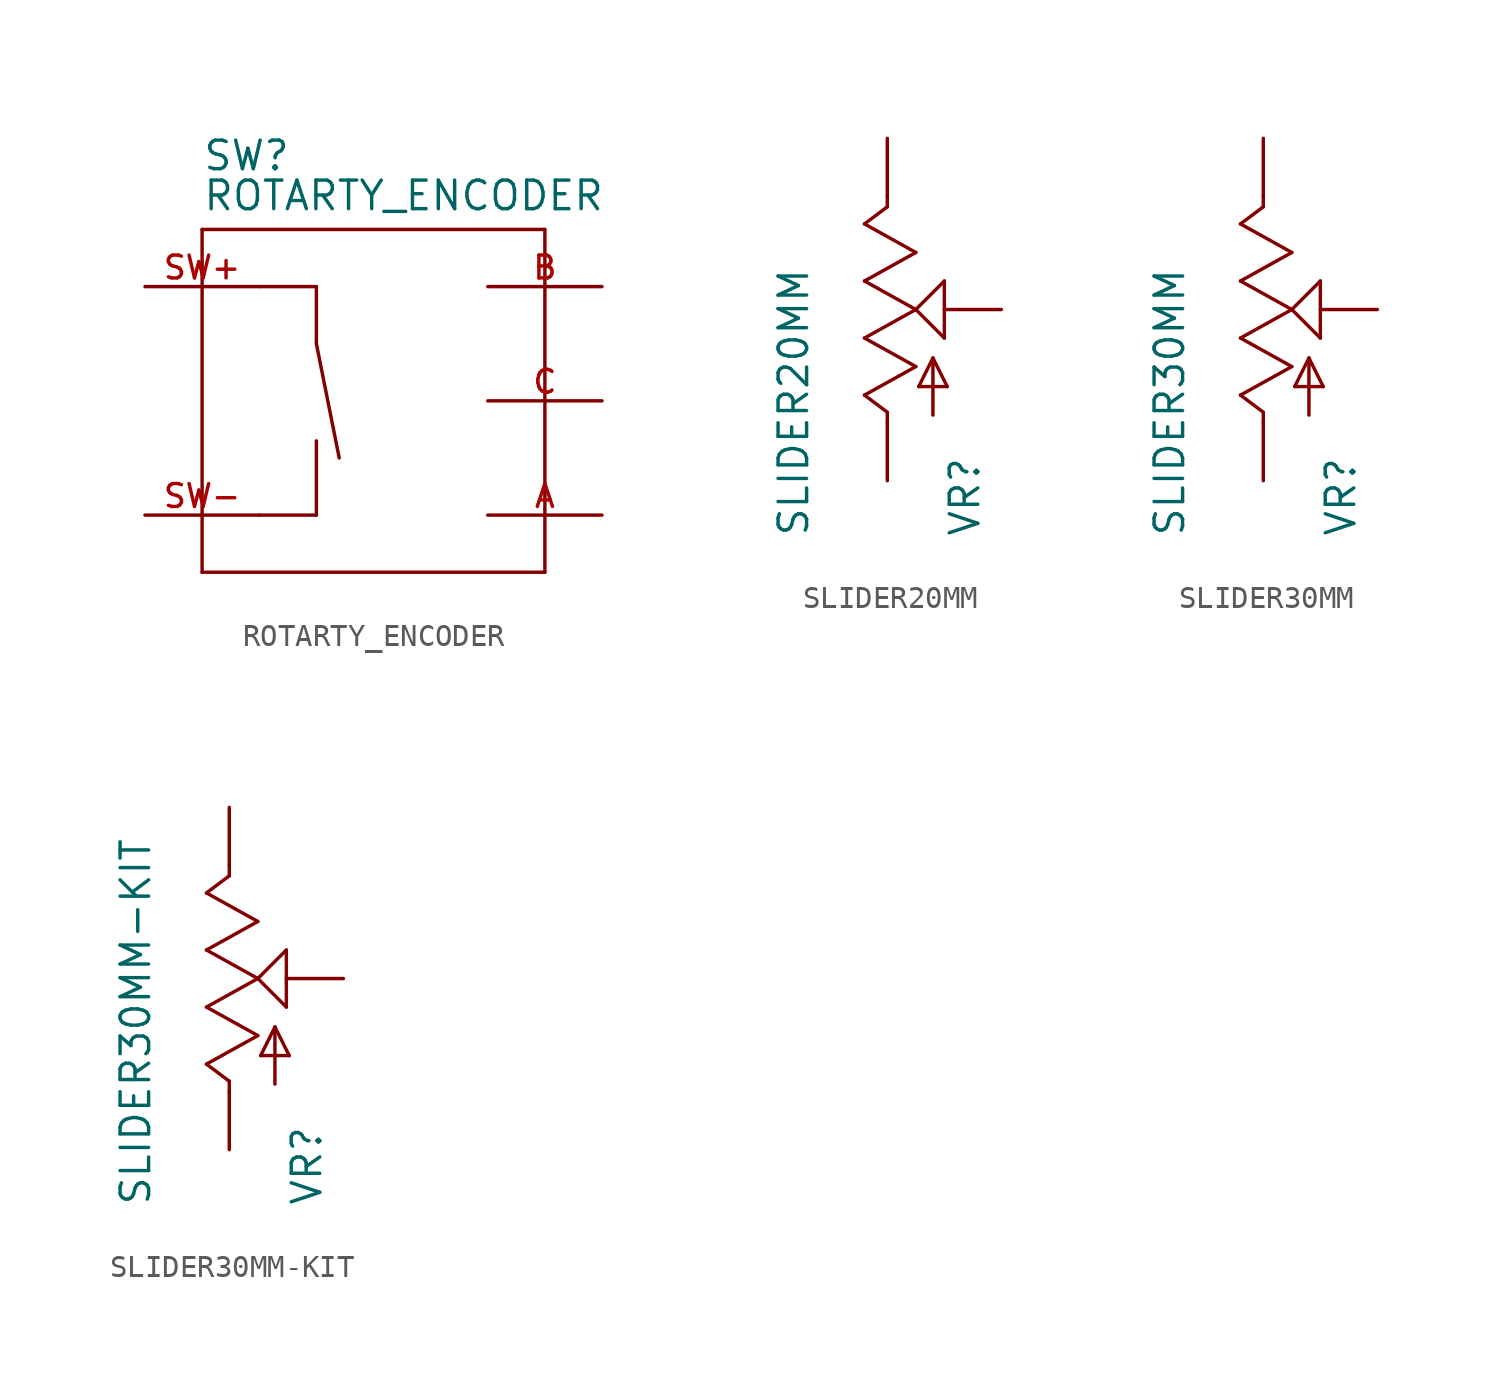
<source format=kicad_sym>
(kicad_symbol_lib
  (version 20211014)
  (generator kicad_symbol_editor)
  (symbol "ROTARTY_ENCODER"
    (pin_names
      (offset 1.016) hide)
    (property "Reference" "SW"
      (at -7.62 10.16 0)
      (effects (font (size 1.27 1.27)) (justify left bottom)))
    (property "Value" "ROTARTY_ENCODER"
      (at -7.62 8.382 0)
      (effects (font (size 1.27 1.27)) (justify left bottom)))
    (property "ki_locked" ""
      (at 0 0 0)
      (effects (font (size 1.27 1.27))))
    (symbol "ROTARTY_ENCODER_1_0"
      (polyline (pts (xy -7.62 -7.62) (xy -7.62 7.62)) (stroke (width 0) (type default) (color 0 0 0 0)) (fill (type none)))
      (polyline (pts (xy -7.62 7.62) (xy 7.62 7.62)) (stroke (width 0) (type default) (color 0 0 0 0)) (fill (type none)))
      (polyline (pts (xy -5.08 -5.08) (xy -2.54 -5.08)) (stroke (width 0) (type default) (color 0 0 0 0)) (fill (type none)))
      (polyline (pts (xy -5.08 5.08) (xy -2.54 5.08)) (stroke (width 0) (type default) (color 0 0 0 0)) (fill (type none)))
      (polyline (pts (xy -2.54 -5.08) (xy -2.54 -1.778)) (stroke (width 0) (type default) (color 0 0 0 0)) (fill (type none)))
      (polyline (pts (xy -2.54 2.54) (xy -1.524 -2.54)) (stroke (width 0) (type default) (color 0 0 0 0)) (fill (type none)))
      (polyline (pts (xy -2.54 5.08) (xy -2.54 2.54)) (stroke (width 0) (type default) (color 0 0 0 0)) (fill (type none)))
      (polyline (pts (xy 7.62 -7.62) (xy -7.62 -7.62)) (stroke (width 0) (type default) (color 0 0 0 0)) (fill (type none)))
      (polyline (pts (xy 7.62 7.62) (xy 7.62 -7.62)) (stroke (width 0) (type default) (color 0 0 0 0)) (fill (type none))))
    (symbol "ROTARTY_ENCODER_1_1"
      (pin bidirectional line (at 10.16 -5.08 180) (length 5.08) (name "A" (effects (font (size 1.016 1.016)))) (number "A" (effects (font (size 1.016 1.016)))))
      (pin bidirectional line (at 10.16 5.08 180) (length 5.08) (name "B" (effects (font (size 1.016 1.016)))) (number "B" (effects (font (size 1.016 1.016)))))
      (pin bidirectional line (at 10.16 0 180) (length 5.08) (name "C" (effects (font (size 1.016 1.016)))) (number "C" (effects (font (size 1.016 1.016)))))
      (pin bidirectional line (at -10.16 5.08 0) (length 5.08) (name "SW+" (effects (font (size 1.016 1.016)))) (number "SW+" (effects (font (size 1.016 1.016)))))
      (pin bidirectional line (at -10.16 -5.08 0) (length 5.08) (name "SW-" (effects (font (size 1.016 1.016)))) (number "SW-" (effects (font (size 1.016 1.016)))))))
  (symbol "SLIDER20MM"
    (pin_numbers hide)
    (pin_names
      (offset 1.016) hide)
    (property "Reference" "VR"
      (at 4.191 -10.16 90)
      (effects (font (size 1.27 1.27)) (justify left bottom)))
    (property "Value" "SLIDER20MM"
      (at -3.429 -10.16 90)
      (effects (font (size 1.27 1.27)) (justify left bottom)))
    (property "ki_locked" ""
      (at 0 0 0)
      (effects (font (size 1.27 1.27))))
    (symbol "SLIDER20MM_1_0"
      (polyline (pts (xy -1.016 -3.81) (xy 1.27 -2.54)) (stroke (width 0) (type default) (color 0 0 0 0)) (fill (type none)))
      (polyline (pts (xy -1.016 -1.27) (xy 1.27 0)) (stroke (width 0) (type default) (color 0 0 0 0)) (fill (type none)))
      (polyline (pts (xy -1.016 1.27) (xy 1.27 2.54)) (stroke (width 0) (type default) (color 0 0 0 0)) (fill (type none)))
      (polyline (pts (xy -1.016 3.81) (xy 0 4.572)) (stroke (width 0) (type default) (color 0 0 0 0)) (fill (type none)))
      (polyline (pts (xy 0 -5.08) (xy 0 -4.572)) (stroke (width 0) (type default) (color 0 0 0 0)) (fill (type none)))
      (polyline (pts (xy 0 -4.572) (xy -1.016 -3.81)) (stroke (width 0) (type default) (color 0 0 0 0)) (fill (type none)))
      (polyline (pts (xy 0 4.572) (xy 0 5.08)) (stroke (width 0) (type default) (color 0 0 0 0)) (fill (type none)))
      (polyline (pts (xy 1.27 -2.54) (xy -1.016 -1.27)) (stroke (width 0) (type default) (color 0 0 0 0)) (fill (type none)))
      (polyline (pts (xy 1.27 0) (xy -1.016 1.27)) (stroke (width 0) (type default) (color 0 0 0 0)) (fill (type none)))
      (polyline (pts (xy 1.27 0) (xy 2.54 1.27)) (stroke (width 0) (type default) (color 0 0 0 0)) (fill (type none)))
      (polyline (pts (xy 1.27 2.54) (xy -1.016 3.81)) (stroke (width 0) (type default) (color 0 0 0 0)) (fill (type none)))
      (polyline (pts (xy 1.397 -3.429) (xy 2.032 -2.159)) (stroke (width 0) (type default) (color 0 0 0 0)) (fill (type none)))
      (polyline (pts (xy 2.032 -4.699) (xy 2.032 -2.159)) (stroke (width 0) (type default) (color 0 0 0 0)) (fill (type none)))
      (polyline (pts (xy 2.032 -2.159) (xy 2.667 -3.429)) (stroke (width 0) (type default) (color 0 0 0 0)) (fill (type none)))
      (polyline (pts (xy 2.54 -1.27) (xy 1.27 0)) (stroke (width 0) (type default) (color 0 0 0 0)) (fill (type none)))
      (polyline (pts (xy 2.54 1.27) (xy 2.54 -1.27)) (stroke (width 0) (type default) (color 0 0 0 0)) (fill (type none)))
      (polyline (pts (xy 2.667 -3.429) (xy 1.397 -3.429)) (stroke (width 0) (type default) (color 0 0 0 0)) (fill (type none))))
    (symbol "SLIDER20MM_1_1"
      (pin passive line (at 0 -7.62 90) (length 2.54) (name "A" (effects (font (size 1.016 1.016)))) (number "BOTTOM" (effects (font (size 1.016 1.016)))))
      (pin passive line (at 0 7.62 270) (length 2.54) (name "E" (effects (font (size 1.016 1.016)))) (number "TOP" (effects (font (size 1.016 1.016)))))
      (pin passive line (at 5.08 0 180) (length 2.54) (name "S" (effects (font (size 1.016 1.016)))) (number "WIPER" (effects (font (size 1.016 1.016)))))))
  (symbol "SLIDER30MM"
    (pin_numbers hide)
    (pin_names
      (offset 1.016) hide)
    (property "Reference" "VR"
      (at 4.191 -10.16 90)
      (effects (font (size 1.27 1.27)) (justify left bottom)))
    (property "Value" "SLIDER30MM"
      (at -3.429 -10.16 90)
      (effects (font (size 1.27 1.27)) (justify left bottom)))
    (property "ki_locked" ""
      (at 0 0 0)
      (effects (font (size 1.27 1.27))))
    (symbol "SLIDER30MM_1_0"
      (polyline (pts (xy -1.016 -3.81) (xy 1.27 -2.54)) (stroke (width 0) (type default) (color 0 0 0 0)) (fill (type none)))
      (polyline (pts (xy -1.016 -1.27) (xy 1.27 0)) (stroke (width 0) (type default) (color 0 0 0 0)) (fill (type none)))
      (polyline (pts (xy -1.016 1.27) (xy 1.27 2.54)) (stroke (width 0) (type default) (color 0 0 0 0)) (fill (type none)))
      (polyline (pts (xy -1.016 3.81) (xy 0 4.572)) (stroke (width 0) (type default) (color 0 0 0 0)) (fill (type none)))
      (polyline (pts (xy 0 -5.08) (xy 0 -4.572)) (stroke (width 0) (type default) (color 0 0 0 0)) (fill (type none)))
      (polyline (pts (xy 0 -4.572) (xy -1.016 -3.81)) (stroke (width 0) (type default) (color 0 0 0 0)) (fill (type none)))
      (polyline (pts (xy 0 4.572) (xy 0 5.08)) (stroke (width 0) (type default) (color 0 0 0 0)) (fill (type none)))
      (polyline (pts (xy 1.27 -2.54) (xy -1.016 -1.27)) (stroke (width 0) (type default) (color 0 0 0 0)) (fill (type none)))
      (polyline (pts (xy 1.27 0) (xy -1.016 1.27)) (stroke (width 0) (type default) (color 0 0 0 0)) (fill (type none)))
      (polyline (pts (xy 1.27 0) (xy 2.54 1.27)) (stroke (width 0) (type default) (color 0 0 0 0)) (fill (type none)))
      (polyline (pts (xy 1.27 2.54) (xy -1.016 3.81)) (stroke (width 0) (type default) (color 0 0 0 0)) (fill (type none)))
      (polyline (pts (xy 1.397 -3.429) (xy 2.032 -2.159)) (stroke (width 0) (type default) (color 0 0 0 0)) (fill (type none)))
      (polyline (pts (xy 2.032 -4.699) (xy 2.032 -2.159)) (stroke (width 0) (type default) (color 0 0 0 0)) (fill (type none)))
      (polyline (pts (xy 2.032 -2.159) (xy 2.667 -3.429)) (stroke (width 0) (type default) (color 0 0 0 0)) (fill (type none)))
      (polyline (pts (xy 2.54 -1.27) (xy 1.27 0)) (stroke (width 0) (type default) (color 0 0 0 0)) (fill (type none)))
      (polyline (pts (xy 2.54 1.27) (xy 2.54 -1.27)) (stroke (width 0) (type default) (color 0 0 0 0)) (fill (type none)))
      (polyline (pts (xy 2.667 -3.429) (xy 1.397 -3.429)) (stroke (width 0) (type default) (color 0 0 0 0)) (fill (type none))))
    (symbol "SLIDER30MM_1_1"
      (pin passive line (at 0 -7.62 90) (length 2.54) (name "A" (effects (font (size 1.016 1.016)))) (number "BOTTOM" (effects (font (size 1.016 1.016)))))
      (pin passive line (at 0 7.62 270) (length 2.54) (name "E" (effects (font (size 1.016 1.016)))) (number "TOP" (effects (font (size 1.016 1.016)))))
      (pin passive line (at 5.08 0 180) (length 2.54) (name "S" (effects (font (size 1.016 1.016)))) (number "WIPER" (effects (font (size 1.016 1.016)))))))
  (symbol "SLIDER30MM-KIT"
    (pin_numbers hide)
    (pin_names
      (offset 1.016) hide)
    (property "Reference" "VR"
      (at 4.191 -10.16 90)
      (effects (font (size 1.27 1.27)) (justify left bottom)))
    (property "Value" "SLIDER30MM-KIT"
      (at -3.429 -10.16 90)
      (effects (font (size 1.27 1.27)) (justify left bottom)))
    (property "ki_locked" ""
      (at 0 0 0)
      (effects (font (size 1.27 1.27))))
    (symbol "SLIDER30MM-KIT_1_0"
      (polyline (pts (xy -1.016 -3.81) (xy 1.27 -2.54)) (stroke (width 0) (type default) (color 0 0 0 0)) (fill (type none)))
      (polyline (pts (xy -1.016 -1.27) (xy 1.27 0)) (stroke (width 0) (type default) (color 0 0 0 0)) (fill (type none)))
      (polyline (pts (xy -1.016 1.27) (xy 1.27 2.54)) (stroke (width 0) (type default) (color 0 0 0 0)) (fill (type none)))
      (polyline (pts (xy -1.016 3.81) (xy 0 4.572)) (stroke (width 0) (type default) (color 0 0 0 0)) (fill (type none)))
      (polyline (pts (xy 0 -5.08) (xy 0 -4.572)) (stroke (width 0) (type default) (color 0 0 0 0)) (fill (type none)))
      (polyline (pts (xy 0 -4.572) (xy -1.016 -3.81)) (stroke (width 0) (type default) (color 0 0 0 0)) (fill (type none)))
      (polyline (pts (xy 0 4.572) (xy 0 5.08)) (stroke (width 0) (type default) (color 0 0 0 0)) (fill (type none)))
      (polyline (pts (xy 1.27 -2.54) (xy -1.016 -1.27)) (stroke (width 0) (type default) (color 0 0 0 0)) (fill (type none)))
      (polyline (pts (xy 1.27 0) (xy -1.016 1.27)) (stroke (width 0) (type default) (color 0 0 0 0)) (fill (type none)))
      (polyline (pts (xy 1.27 0) (xy 2.54 1.27)) (stroke (width 0) (type default) (color 0 0 0 0)) (fill (type none)))
      (polyline (pts (xy 1.27 2.54) (xy -1.016 3.81)) (stroke (width 0) (type default) (color 0 0 0 0)) (fill (type none)))
      (polyline (pts (xy 1.397 -3.429) (xy 2.032 -2.159)) (stroke (width 0) (type default) (color 0 0 0 0)) (fill (type none)))
      (polyline (pts (xy 2.032 -4.699) (xy 2.032 -2.159)) (stroke (width 0) (type default) (color 0 0 0 0)) (fill (type none)))
      (polyline (pts (xy 2.032 -2.159) (xy 2.667 -3.429)) (stroke (width 0) (type default) (color 0 0 0 0)) (fill (type none)))
      (polyline (pts (xy 2.54 -1.27) (xy 1.27 0)) (stroke (width 0) (type default) (color 0 0 0 0)) (fill (type none)))
      (polyline (pts (xy 2.54 1.27) (xy 2.54 -1.27)) (stroke (width 0) (type default) (color 0 0 0 0)) (fill (type none)))
      (polyline (pts (xy 2.667 -3.429) (xy 1.397 -3.429)) (stroke (width 0) (type default) (color 0 0 0 0)) (fill (type none))))
    (symbol "SLIDER30MM-KIT_1_1"
      (pin passive line (at 0 -7.62 90) (length 2.54) (name "A" (effects (font (size 1.016 1.016)))) (number "BOTTOM" (effects (font (size 1.016 1.016)))))
      (pin passive line (at 0 7.62 270) (length 2.54) (name "E" (effects (font (size 1.016 1.016)))) (number "TOP" (effects (font (size 1.016 1.016)))))
      (pin passive line (at 5.08 0 180) (length 2.54) (name "S" (effects (font (size 1.016 1.016)))) (number "WIPER" (effects (font (size 1.016 1.016))))))))
</source>
